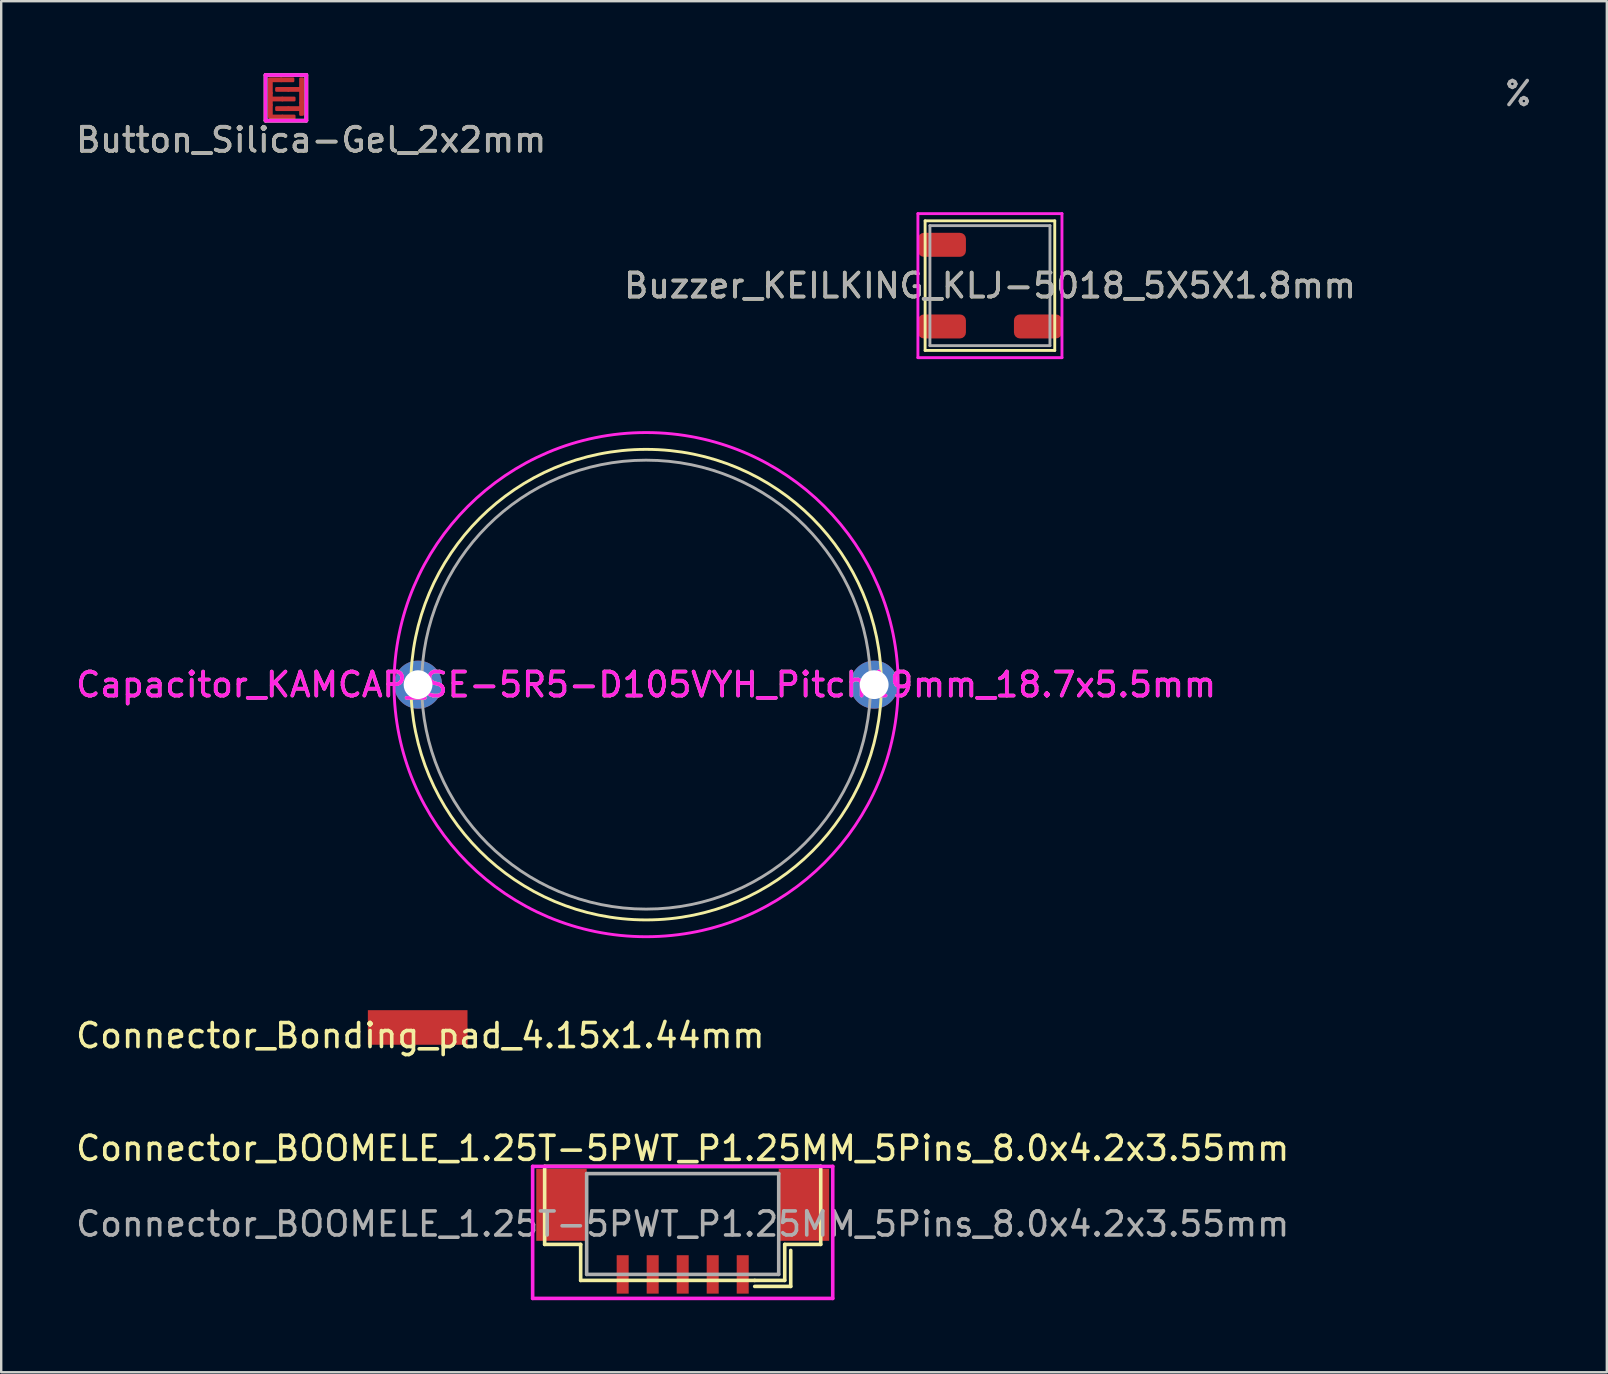
<source format=kicad_pcb>
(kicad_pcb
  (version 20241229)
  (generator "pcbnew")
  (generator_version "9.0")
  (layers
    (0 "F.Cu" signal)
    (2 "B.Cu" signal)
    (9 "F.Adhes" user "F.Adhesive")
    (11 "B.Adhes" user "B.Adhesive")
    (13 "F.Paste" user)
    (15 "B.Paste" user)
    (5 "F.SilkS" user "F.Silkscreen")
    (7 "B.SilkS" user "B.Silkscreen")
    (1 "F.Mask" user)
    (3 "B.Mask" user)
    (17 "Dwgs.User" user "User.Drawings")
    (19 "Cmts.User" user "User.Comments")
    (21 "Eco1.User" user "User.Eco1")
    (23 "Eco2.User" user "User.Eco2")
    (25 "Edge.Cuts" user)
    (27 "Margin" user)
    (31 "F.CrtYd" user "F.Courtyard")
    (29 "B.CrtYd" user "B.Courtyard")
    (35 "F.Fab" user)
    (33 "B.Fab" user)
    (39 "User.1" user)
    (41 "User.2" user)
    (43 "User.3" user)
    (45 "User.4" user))
  (footprint "Button_Silica-Gel_2x2mm"
    (layer "F.Cu")
    (at 8.911 1.075)
    (property "Reference" "Button_Silica-Gel_2x2mm" (at 1 1.7 0) (layer "F.SilkS") (effects (font (size 1 1) (thickness 0.15))))
    (attr exclude_from_pos_files exclude_from_bom)
    (fp_poly (pts (xy -0.73 -0.84) (xy 0.627 -0.84) (xy 0.625 0.775) (xy -0.731 0.767)) (stroke (width 0.15) (type solid)) (fill yes) (layer "F.Mask"))
    (fp_line (start -0.9 -1) (end -0.9 0.9) (stroke (width 0.15) (type solid)) (layer "F.SilkS"))
    (fp_line (start -0.9 0.9) (end 0.8 0.9) (stroke (width 0.15) (type solid)) (layer "F.SilkS"))
    (fp_line (start 0.8 -1) (end -0.9 -1) (stroke (width 0.15) (type solid)) (layer "F.SilkS"))
    (fp_line (start 0.8 0.9) (end 0.8 -1) (stroke (width 0.15) (type solid)) (layer "F.SilkS"))
    (fp_line (start -0.9 -1) (end 0.8 -1) (stroke (width 0.15) (type solid)) (layer "F.CrtYd"))
    (fp_line (start -0.9 0.9) (end -0.9 -1) (stroke (width 0.15) (type solid)) (layer "F.CrtYd"))
    (fp_line (start 0.8 -1) (end 0.8 0.9) (stroke (width 0.15) (type solid)) (layer "F.CrtYd"))
    (fp_line (start 0.8 0.9) (end -0.9 0.9) (stroke (width 0.15) (type solid)) (layer "F.CrtYd"))
    (fp_line (start -0.9 -1) (end 0.8 -1) (stroke (width 0.15) (type solid)) (layer "F.Fab"))
    (fp_line (start -0.9 0.9) (end -0.9 -1) (stroke (width 0.15) (type solid)) (layer "F.Fab"))
    (fp_line (start 0.8 -1) (end 0.8 0.9) (stroke (width 0.15) (type solid)) (layer "F.Fab"))
    (fp_line (start 0.8 0.9) (end -0.9 0.9) (stroke (width 0.15) (type solid)) (layer "F.Fab"))
    (fp_text user "${REFERENCE}" (at 1 1.7 0) (layer "F.Fab") (effects (font (size 1 1) (thickness 0.15))))
    (pad "1" smd roundrect (at -0.7 -0.5) (size 0.2 0.6) (layers "F.Cu" "F.Mask" "F.Paste") (roundrect_rratio 0.25))
    (pad "1" smd roundrect (at -0.7 0) (size 0.2 0.6) (layers "F.Cu" "F.Mask" "F.Paste") (roundrect_rratio 0.25))
    (pad "1" smd roundrect (at -0.7 0.5) (size 0.2 0.6) (layers "F.Cu" "F.Mask" "F.Paste") (roundrect_rratio 0.25))
    (pad "1" smd roundrect (at -0.5 -0.8 90) (size 0.2 0.6) (layers "F.Cu" "F.Mask" "F.Paste") (roundrect_rratio 0.25))
    (pad "1" smd roundrect (at -0.45 0 90) (size 0.2 0.6) (layers "F.Cu" "F.Mask" "F.Paste") (roundrect_rratio 0.25))
    (pad "1" smd roundrect (at -0.45 0.75 90) (size 0.2 0.6) (layers "F.Cu" "F.Mask" "F.Paste") (roundrect_rratio 0.25))
    (pad "1" smd roundrect (at 0 -0.8 90) (size 0.2 0.6) (layers "F.Cu" "F.Mask" "F.Paste") (roundrect_rratio 0.25))
    (pad "1" smd roundrect (at 0.05 0 90) (size 0.2 0.6) (layers "F.Cu" "F.Mask" "F.Paste") (roundrect_rratio 0.25))
    (pad "1" smd roundrect (at 0.05 0.75 90) (size 0.2 0.6) (layers "F.Cu" "F.Mask" "F.Paste") (roundrect_rratio 0.25))
    (pad "2" smd roundrect (at -0.2 -0.4 90) (size 0.2 0.6) (layers "F.Cu" "F.Mask" "F.Paste") (roundrect_rratio 0.25))
    (pad "2" smd roundrect (at -0.2 0.4 90) (size 0.2 0.6) (layers "F.Cu" "F.Mask" "F.Paste") (roundrect_rratio 0.25))
    (pad "2" smd roundrect (at 0.3 -0.4 90) (size 0.2 0.6) (layers "F.Cu" "F.Mask" "F.Paste") (roundrect_rratio 0.25))
    (pad "2" smd roundrect (at 0.3 0.4 90) (size 0.2 0.6) (layers "F.Cu" "F.Mask" "F.Paste") (roundrect_rratio 0.25))
    (pad "2" smd roundrect (at 0.6 -0.6 180) (size 0.2 0.6) (layers "F.Cu" "F.Mask" "F.Paste") (roundrect_rratio 0.25))
    (pad "2" smd roundrect (at 0.6 -0.1 180) (size 0.2 0.6) (layers "F.Cu" "F.Mask" "F.Paste") (roundrect_rratio 0.25))
    (pad "2" smd roundrect (at 0.6 0.4 180) (size 0.2 0.6) (layers "F.Cu" "F.Mask" "F.Paste") (roundrect_rratio 0.25)))
  (footprint "Buzzer_KEILKING_KLJ-5018_5X5X1.8mm"
    (layer "F.Cu")
    (at 38.185 8.848)
    (property "Reference" "Buzzer_KEILKING_KLJ-5018_5X5X1.8mm" (at 0 0 0) (layer "F.SilkS") (effects (font (size 1 1) (thickness 0.15))))
    (attr through_hole)
    (fp_line (start -2.7 -2.7) (end 2.7 -2.7) (stroke (width 0.12) (type solid)) (layer "F.SilkS"))
    (fp_line (start -2.7 2.7) (end -2.7 -2.7) (stroke (width 0.12) (type solid)) (layer "F.SilkS"))
    (fp_line (start 2.7 -2.7) (end 2.7 2.7) (stroke (width 0.12) (type solid)) (layer "F.SilkS"))
    (fp_line (start 2.7 2.7) (end -2.7 2.7) (stroke (width 0.12) (type solid)) (layer "F.SilkS"))
    (fp_line (start -3 -3) (end 3 -3) (stroke (width 0.12) (type solid)) (layer "F.CrtYd"))
    (fp_line (start -3 3) (end -3 -3) (stroke (width 0.12) (type solid)) (layer "F.CrtYd"))
    (fp_line (start 3 -3) (end 3 3) (stroke (width 0.12) (type solid)) (layer "F.CrtYd"))
    (fp_line (start 3 3) (end -3 3) (stroke (width 0.12) (type solid)) (layer "F.CrtYd"))
    (fp_line (start -2.5 -2.5) (end 2.5 -2.5) (stroke (width 0.12) (type solid)) (layer "F.Fab"))
    (fp_line (start -2.5 2.5) (end -2.5 -2.5) (stroke (width 0.12) (type solid)) (layer "F.Fab"))
    (fp_line (start 2.5 -2.5) (end 2.5 2.5) (stroke (width 0.12) (type solid)) (layer "F.Fab"))
    (fp_line (start 2.5 2.5) (end -2.5 2.5) (stroke (width 0.12) (type solid)) (layer "F.Fab"))
    (fp_text user "%" (at 22 -8 0) (layer "F.Fab") (effects (font (size 1 1) (thickness 0.15))))
    (fp_text user "${REFERENCE}" (at 0 0 0) (layer "F.Fab") (effects (font (size 1 1) (thickness 0.15))))
    (pad "1" smd roundrect (at -2 1.7) (size 2 1) (layers "F.Cu" "F.Mask" "F.Paste") (roundrect_rratio 0.25))
    (pad "2" smd roundrect (at 2 1.7) (size 2 1) (layers "F.Cu" "F.Mask" "F.Paste") (roundrect_rratio 0.25))
    (pad "3" smd roundrect (at -2 -1.7) (size 2 1) (layers "F.Cu" "F.Mask" "F.Paste") (roundrect_rratio 0.25)))
  (footprint "Connector_BOOMELE_1.25T-5PWT_P1.25MM_5Pins_8.0x4.2x3.55mm"
    (layer "F.Cu")
    (at 25.387 50.035)
    (property "Reference" "Connector_BOOMELE_1.25T-5PWT_P1.25MM_5Pins_8.0x4.2x3.55mm" (at 0 -5.25 0) (layer "F.SilkS") (effects (font (size 1 1) (thickness 0.15))))
    (attr smd)
    (fp_line (start -5.75 -4.5) (end -5.75 -1.25) (stroke (width 0.15) (type solid)) (layer "F.SilkS"))
    (fp_line (start -5.75 -1.25) (end -4.25 -1.25) (stroke (width 0.15) (type solid)) (layer "F.SilkS"))
    (fp_line (start -4.25 -1.25) (end -4.25 0.25) (stroke (width 0.15) (type solid)) (layer "F.SilkS"))
    (fp_line (start -4.25 0.25) (end 3 0.25) (stroke (width 0.15) (type solid)) (layer "F.SilkS"))
    (fp_line (start 3 0.25) (end 4.25 0.25) (stroke (width 0.15) (type solid)) (layer "F.SilkS"))
    (fp_line (start 3 0.5) (end 4.5 0.5) (stroke (width 0.15) (type solid)) (layer "F.SilkS"))
    (fp_line (start 4.25 -1.25) (end 5.75 -1.25) (stroke (width 0.15) (type solid)) (layer "F.SilkS"))
    (fp_line (start 4.25 0.25) (end 4.25 -1.25) (stroke (width 0.15) (type solid)) (layer "F.SilkS"))
    (fp_line (start 4.5 0.5) (end 4.5 -1) (stroke (width 0.15) (type solid)) (layer "F.SilkS"))
    (fp_line (start 5.75 -4.5) (end -5.75 -4.5) (stroke (width 0.15) (type solid)) (layer "F.SilkS"))
    (fp_line (start 5.75 -1.25) (end 5.75 -4.5) (stroke (width 0.15) (type solid)) (layer "F.SilkS"))
    (fp_line (start -6.25 -4.5) (end -6.25 1) (stroke (width 0.15) (type solid)) (layer "F.CrtYd"))
    (fp_line (start -6.25 1) (end 6.25 1) (stroke (width 0.15) (type solid)) (layer "F.CrtYd"))
    (fp_line (start 6.25 -4.5) (end -6.25 -4.5) (stroke (width 0.15) (type solid)) (layer "F.CrtYd"))
    (fp_line (start 6.25 1) (end 6.25 -4.5) (stroke (width 0.15) (type solid)) (layer "F.CrtYd"))
    (fp_line (start -4 -4.2) (end -4 0) (stroke (width 0.15) (type solid)) (layer "F.Fab"))
    (fp_line (start -4 0) (end 4 0) (stroke (width 0.15) (type solid)) (layer "F.Fab"))
    (fp_line (start 4 -4.2) (end -4 -4.2) (stroke (width 0.15) (type solid)) (layer "F.Fab"))
    (fp_line (start 4 0) (end 4 -4.2) (stroke (width 0.15) (type solid)) (layer "F.Fab"))
    (fp_text user "${REFERENCE}" (at 0 -2.1 0) (layer "F.Fab") (effects (font (size 1 1) (thickness 0.15))))
    (pad "1" smd rect (at 2.5 0) (size 0.5 1.6) (layers "F.Cu" "F.Mask" "F.Paste"))
    (pad "2" smd rect (at 1.25 0) (size 0.5 1.6) (layers "F.Cu" "F.Mask" "F.Paste"))
    (pad "3" smd rect (at 0 0) (size 0.5 1.6) (layers "F.Cu" "F.Mask" "F.Paste"))
    (pad "4" smd rect (at -1.25 0) (size 0.5 1.6) (layers "F.Cu" "F.Mask" "F.Paste"))
    (pad "5" smd rect (at -2.5 0) (size 0.5 1.6) (layers "F.Cu" "F.Mask" "F.Paste"))
    (pad "MP" smd rect (at -5.05 -2.9) (size 2.1 3) (layers "F.Cu" "F.Mask" "F.Paste"))
    (pad "MP" smd rect (at 5.05 -2.9) (size 2.1 3) (layers "F.Cu" "F.Mask" "F.Paste")))
  (footprint "Connector_Bonding_pad_4.15x1.44mm"
    (layer "F.Cu")
    (at 14.458 39.588)
    (property "Reference" "Connector_Bonding_pad_4.15x1.44mm" (at 0 0.5 0) (layer "F.SilkS") (effects (font (size 1 1) (thickness 0.15))))
    (attr through_hole)
    (pad "1" smd rect (at -0.11 0.16 90) (size 1.44 4.15) (layers "F.Cu" "F.Mask" "F.Paste")))
  (footprint "Capacitor_KAMCAP_SE-5R5-D105VYH_Pitch19mm_18.7x5.5mm"
    (layer "F.Cu")
    (at 23.863 25.468)
    (property "Reference" "Capacitor_KAMCAP_SE-5R5-D105VYH_Pitch19mm_18.7x5.5mm" (at 0 0 0) (layer "F.SilkS") (effects (font (size 1 1) (thickness 0.15))))
    (attr through_hole)
    (fp_circle (center 0 0) (end 9.8 0) (stroke (width 0.12) (type solid)) (fill no) (layer "F.SilkS"))
    (fp_circle (center 0 0) (end 10.5 0) (stroke (width 0.12) (type solid)) (fill no) (layer "F.CrtYd"))
    (fp_circle (center 0 0) (end 9.35 0) (stroke (width 0.12) (type solid)) (fill no) (layer "F.Fab"))
    (fp_text user "${REFERENCE}" (at 0 0 0) (layer "F.CrtYd") (effects (font (size 1 1) (thickness 0.15))))
    (pad "1" thru_hole circle (at -9.5 0) (size 2 2) (drill 1.2) (layers "*.Cu" "*.Mask"))
    (pad "2" thru_hole circle (at 9.5 0) (size 2 2) (drill 1.2) (layers "*.Cu" "*.Mask")))
  (gr_rect
    (start -3 -3)
    (end 63.881 54.11)
    (stroke (width 0.1) (type default))
    (fill no)
    (layer "Edge.Cuts")))
</source>
